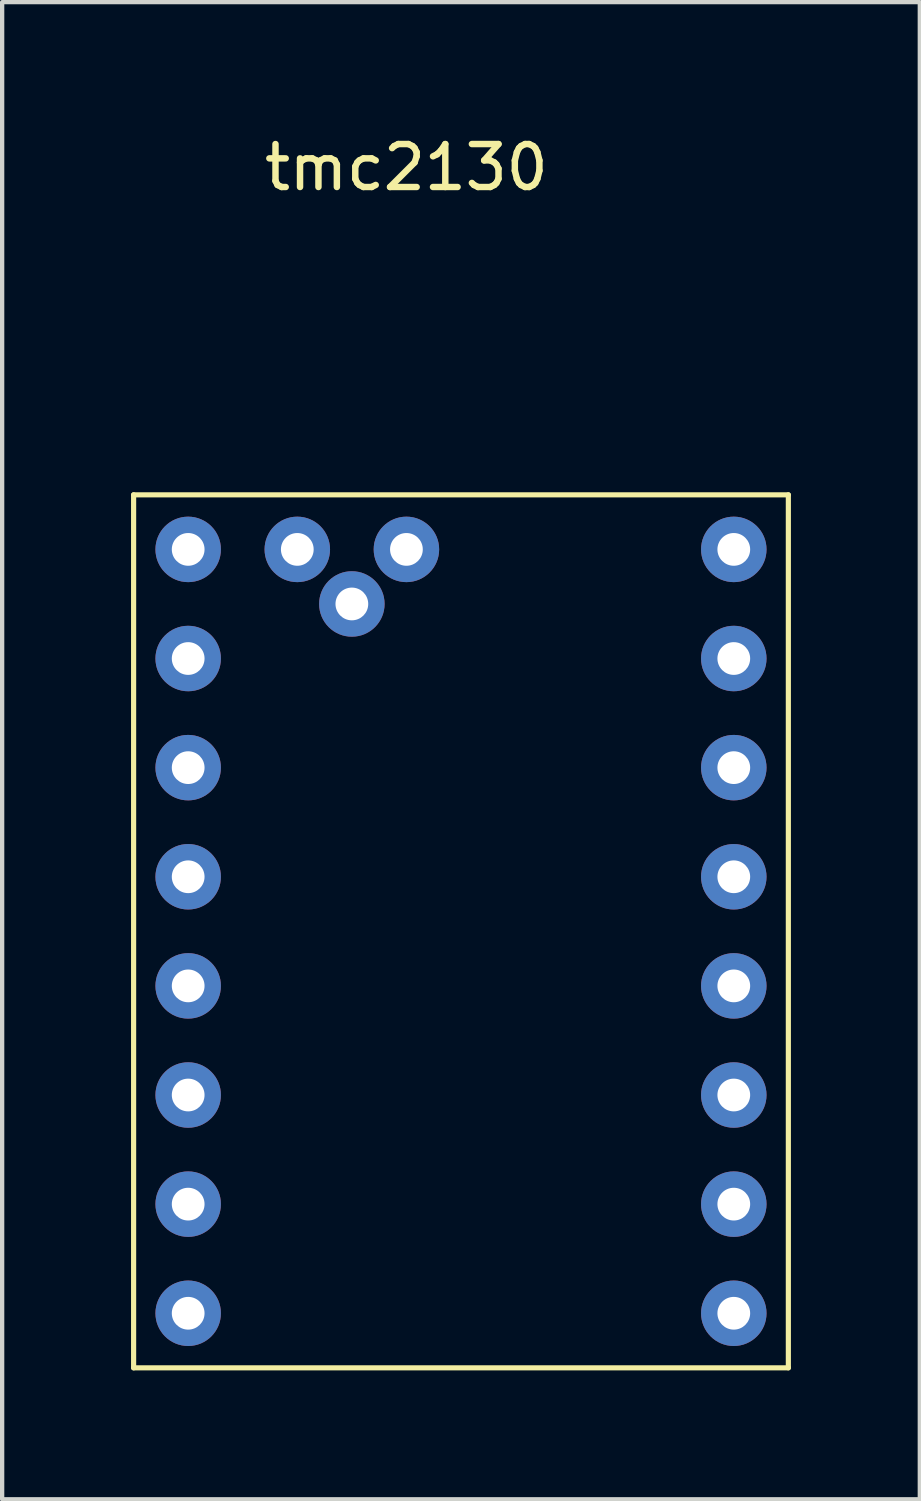
<source format=kicad_pcb>
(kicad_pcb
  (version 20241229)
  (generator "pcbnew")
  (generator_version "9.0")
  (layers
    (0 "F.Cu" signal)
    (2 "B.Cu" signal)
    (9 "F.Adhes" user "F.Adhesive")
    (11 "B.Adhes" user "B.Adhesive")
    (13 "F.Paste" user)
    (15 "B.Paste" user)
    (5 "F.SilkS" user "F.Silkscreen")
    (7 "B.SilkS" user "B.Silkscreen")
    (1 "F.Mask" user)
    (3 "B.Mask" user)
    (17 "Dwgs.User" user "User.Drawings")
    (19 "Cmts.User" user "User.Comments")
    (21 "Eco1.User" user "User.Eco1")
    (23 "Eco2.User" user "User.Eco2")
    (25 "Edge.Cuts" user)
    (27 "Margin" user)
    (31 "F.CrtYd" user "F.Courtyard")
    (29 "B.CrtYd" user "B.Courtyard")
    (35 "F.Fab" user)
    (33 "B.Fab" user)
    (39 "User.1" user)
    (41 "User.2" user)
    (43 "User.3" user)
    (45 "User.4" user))
  (footprint "tmc2130"
    (layer "F.Cu")
    (at 1.33 9.738)
    (property "Reference" "tmc2130" (at 5.08 -8.89 0) (layer "F.SilkS") (effects (font (size 1 1) (thickness 0.15))))
    (attr through_hole)
    (fp_line (start -1.27 -1.27) (end 13.97 -1.27) (stroke (width 0.12) (type solid)) (layer "F.SilkS"))
    (fp_line (start -1.27 19.05) (end -1.27 -1.27) (stroke (width 0.12) (type solid)) (layer "F.SilkS"))
    (fp_line (start 13.97 -1.27) (end 13.97 19.05) (stroke (width 0.12) (type solid)) (layer "F.SilkS"))
    (fp_line (start 13.97 19.05) (end -1.27 19.05) (stroke (width 0.12) (type solid)) (layer "F.SilkS"))
    (pad "1" thru_hole circle (at 0 0) (size 1.524 1.524) (drill 0.762) (layers "*.Cu" "*.Mask"))
    (pad "2" thru_hole circle (at 0 2.54) (size 1.524 1.524) (drill 0.762) (layers "*.Cu" "*.Mask"))
    (pad "3" thru_hole circle (at 0 5.08) (size 1.524 1.524) (drill 0.762) (layers "*.Cu" "*.Mask"))
    (pad "4" thru_hole circle (at 0 7.62) (size 1.524 1.524) (drill 0.762) (layers "*.Cu" "*.Mask"))
    (pad "5" thru_hole circle (at 0 10.16) (size 1.524 1.524) (drill 0.762) (layers "*.Cu" "*.Mask"))
    (pad "6" thru_hole circle (at 0 12.7) (size 1.524 1.524) (drill 0.762) (layers "*.Cu" "*.Mask"))
    (pad "7" thru_hole circle (at 0 15.24) (size 1.524 1.524) (drill 0.762) (layers "*.Cu" "*.Mask"))
    (pad "8" thru_hole circle (at 0 17.78) (size 1.524 1.524) (drill 0.762) (layers "*.Cu" "*.Mask"))
    (pad "9" thru_hole circle (at 12.7 0) (size 1.524 1.524) (drill 0.762) (layers "*.Cu" "*.Mask"))
    (pad "10" thru_hole circle (at 12.7 2.54) (size 1.524 1.524) (drill 0.762) (layers "*.Cu" "*.Mask"))
    (pad "11" thru_hole circle (at 12.7 5.08) (size 1.524 1.524) (drill 0.762) (layers "*.Cu" "*.Mask"))
    (pad "12" thru_hole circle (at 12.7 7.62) (size 1.524 1.524) (drill 0.762) (layers "*.Cu" "*.Mask"))
    (pad "13" thru_hole circle (at 12.7 10.16) (size 1.524 1.524) (drill 0.762) (layers "*.Cu" "*.Mask"))
    (pad "14" thru_hole circle (at 12.7 12.7) (size 1.524 1.524) (drill 0.762) (layers "*.Cu" "*.Mask"))
    (pad "15" thru_hole circle (at 12.7 15.24) (size 1.524 1.524) (drill 0.762) (layers "*.Cu" "*.Mask"))
    (pad "16" thru_hole circle (at 12.7 17.78) (size 1.524 1.524) (drill 0.762) (layers "*.Cu" "*.Mask"))
    (pad "17" thru_hole circle (at 2.54 0) (size 1.524 1.524) (drill 0.762) (layers "*.Cu" "*.Mask"))
    (pad "18" thru_hole circle (at 5.08 0) (size 1.524 1.524) (drill 0.762) (layers "*.Cu" "*.Mask"))
    (pad "19" thru_hole circle (at 3.81 1.27) (size 1.524 1.524) (drill 0.762) (layers "*.Cu" "*.Mask")))
  (gr_rect
    (start -3 -3)
    (end 18.36 31.848)
    (stroke (width 0.1) (type default))
    (fill no)
    (layer "Edge.Cuts")))
</source>
